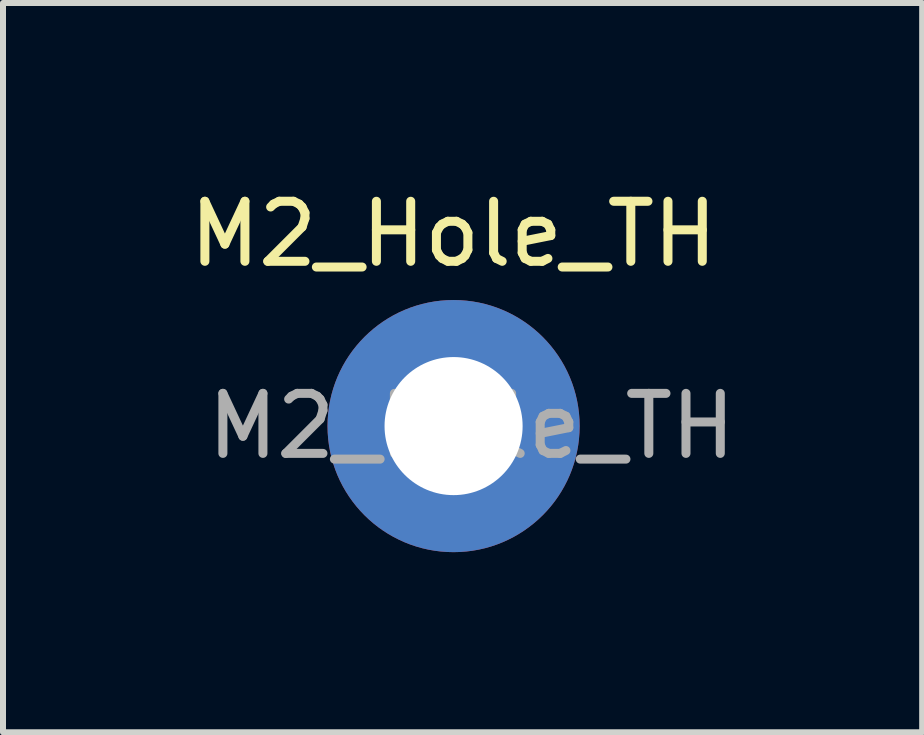
<source format=kicad_pcb>
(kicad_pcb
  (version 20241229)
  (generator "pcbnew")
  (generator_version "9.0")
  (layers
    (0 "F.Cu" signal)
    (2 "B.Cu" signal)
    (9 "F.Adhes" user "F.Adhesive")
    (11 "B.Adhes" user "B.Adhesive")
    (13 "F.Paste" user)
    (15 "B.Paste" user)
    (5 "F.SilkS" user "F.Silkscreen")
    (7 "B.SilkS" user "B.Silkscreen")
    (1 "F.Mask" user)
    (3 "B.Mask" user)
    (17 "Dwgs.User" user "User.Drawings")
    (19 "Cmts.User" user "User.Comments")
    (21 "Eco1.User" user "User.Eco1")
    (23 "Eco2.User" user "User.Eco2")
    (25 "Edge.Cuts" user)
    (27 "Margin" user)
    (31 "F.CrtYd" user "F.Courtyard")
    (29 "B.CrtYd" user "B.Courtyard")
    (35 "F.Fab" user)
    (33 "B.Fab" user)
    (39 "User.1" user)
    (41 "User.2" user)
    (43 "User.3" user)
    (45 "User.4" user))
  (footprint "M2_Hole_TH"
    (layer "F.Cu")
    (at 4.506 4.048)
    (property "Reference" "M2_Hole_TH" (at 0 -3.2 0) (layer "F.SilkS") (effects (font (size 1 1) (thickness 0.15))))
    (attr through_hole)
    (fp_text user "${REFERENCE}" (at 0.3 0 0) (layer "F.Fab") (effects (font (size 1 1) (thickness 0.15))))
    (pad "" thru_hole circle (at 0 0) (size 4.2 4.2) (drill 2.3) (layers "*.Cu" "*.Mask")))
  (gr_rect
    (start -3 -3)
    (end 12.312 9.148)
    (stroke (width 0.1) (type default))
    (fill no)
    (layer "Edge.Cuts")))
</source>
